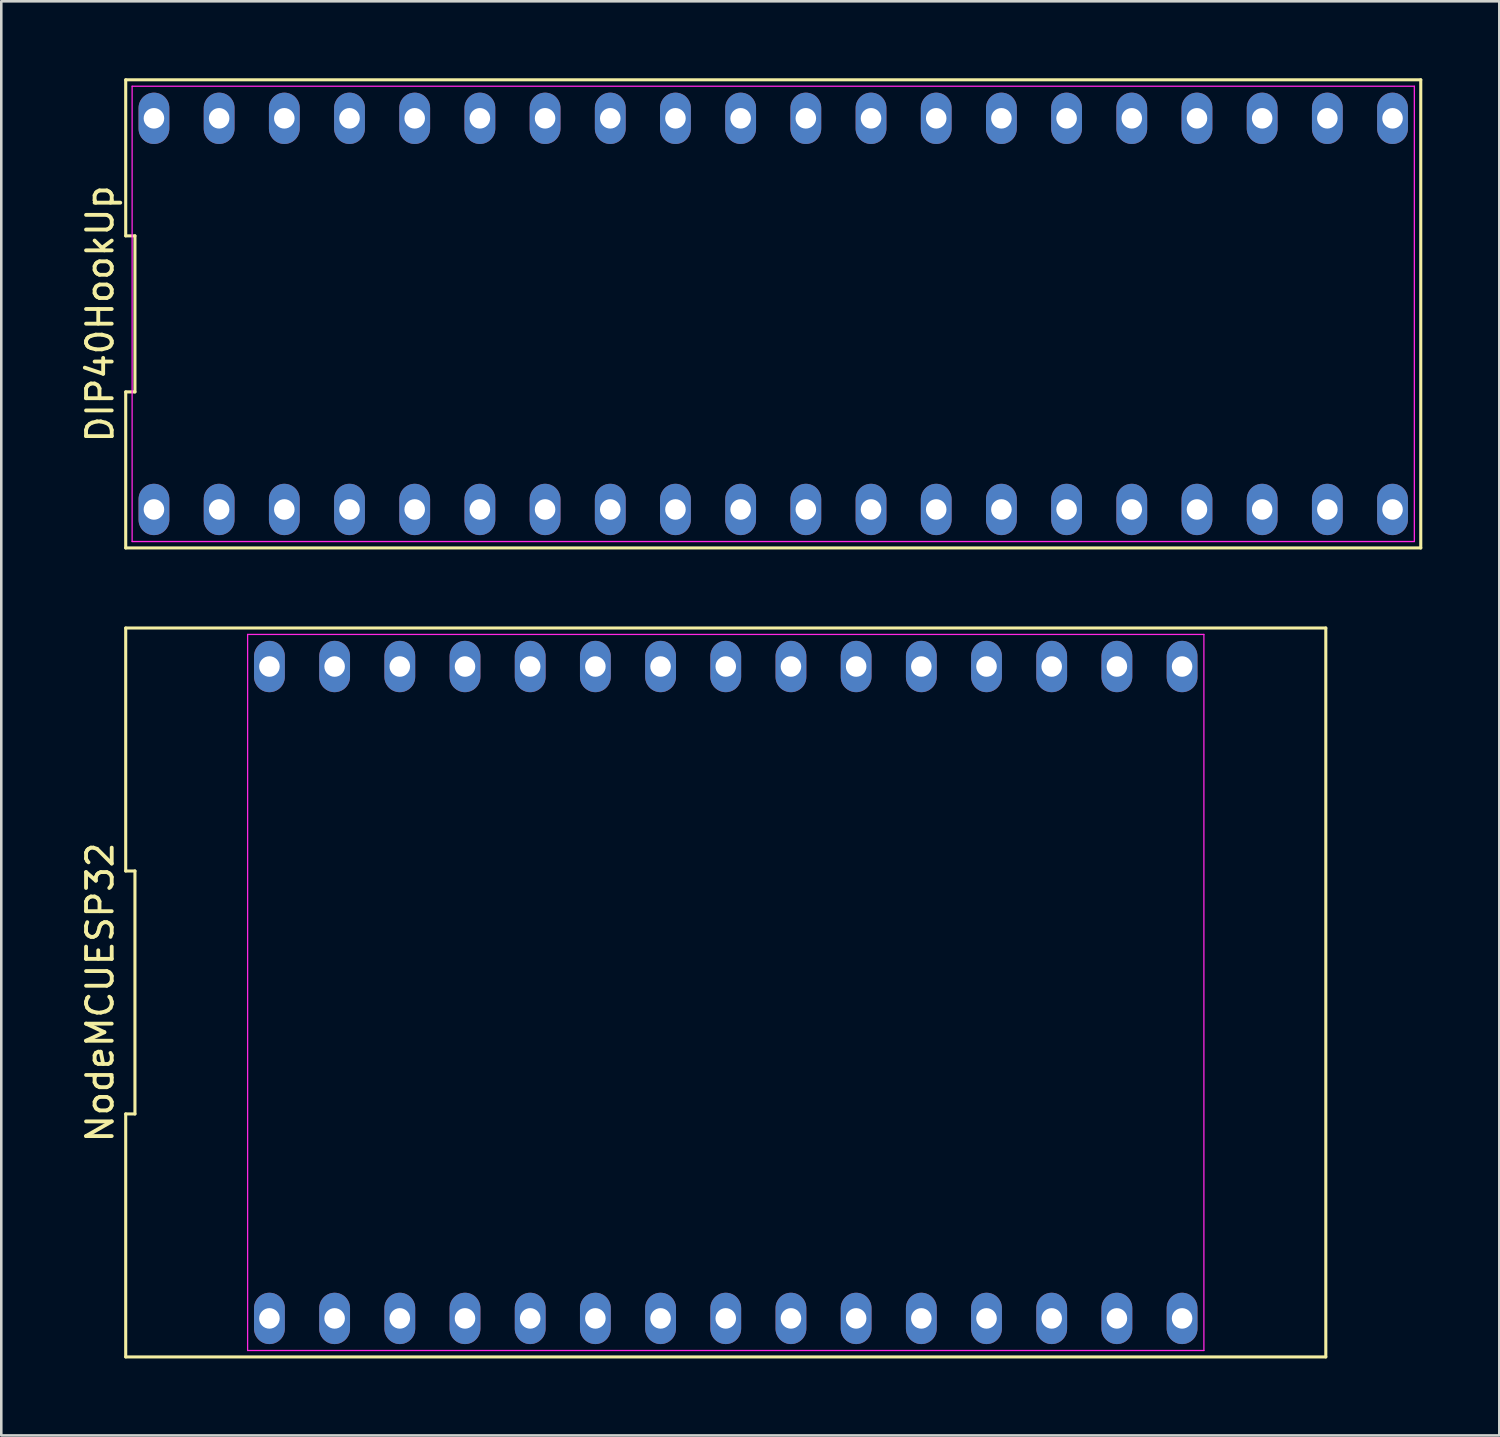
<source format=kicad_pcb>
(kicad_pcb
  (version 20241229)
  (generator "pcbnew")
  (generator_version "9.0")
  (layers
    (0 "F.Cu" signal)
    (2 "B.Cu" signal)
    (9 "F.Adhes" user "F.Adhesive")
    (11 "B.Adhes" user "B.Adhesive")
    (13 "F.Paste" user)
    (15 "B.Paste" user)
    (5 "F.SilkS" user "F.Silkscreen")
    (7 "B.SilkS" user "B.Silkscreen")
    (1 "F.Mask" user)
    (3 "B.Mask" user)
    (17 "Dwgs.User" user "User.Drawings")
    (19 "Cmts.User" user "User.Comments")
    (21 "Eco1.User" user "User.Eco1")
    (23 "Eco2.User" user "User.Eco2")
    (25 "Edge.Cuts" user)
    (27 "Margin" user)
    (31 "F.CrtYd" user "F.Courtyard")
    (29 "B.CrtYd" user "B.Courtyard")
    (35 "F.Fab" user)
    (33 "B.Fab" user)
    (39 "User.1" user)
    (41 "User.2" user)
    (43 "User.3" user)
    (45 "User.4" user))
  (footprint "DIP40HookUp"
    (layer "F.Cu")
    (at 27.078 9.18)
    (property "Reference" "DIP40HookUp" (at -26.23 0 90) (layer "F.SilkS") (effects (font (size 1 1) (thickness 0.15))))
    (attr through_hole)
    (fp_line (start -25.23 -9.12) (end -25.23 -3.04) (stroke (width 0.12) (type solid)) (layer "F.SilkS"))
    (fp_line (start -25.23 -3.04) (end -24.87 -3.04) (stroke (width 0.12) (type solid)) (layer "F.SilkS"))
    (fp_line (start -25.23 3.04) (end -25.23 9.12) (stroke (width 0.12) (type solid)) (layer "F.SilkS"))
    (fp_line (start -25.23 9.12) (end 25.23 9.12) (stroke (width 0.12) (type solid)) (layer "F.SilkS"))
    (fp_line (start -24.87 -3.04) (end -24.87 3.04) (stroke (width 0.12) (type solid)) (layer "F.SilkS"))
    (fp_line (start -24.87 3.04) (end -25.23 3.04) (stroke (width 0.12) (type solid)) (layer "F.SilkS"))
    (fp_line (start 25.23 -9.12) (end -25.23 -9.12) (stroke (width 0.12) (type solid)) (layer "F.SilkS"))
    (fp_line (start 25.23 9.12) (end 25.23 -9.12) (stroke (width 0.12) (type solid)) (layer "F.SilkS"))
    (fp_line (start -24.98 -8.87) (end 24.98 -8.87) (stroke (width 0.05) (type solid)) (layer "F.CrtYd"))
    (fp_line (start -24.98 8.87) (end -24.98 -8.87) (stroke (width 0.05) (type solid)) (layer "F.CrtYd"))
    (fp_line (start 24.98 -8.87) (end 24.98 8.87) (stroke (width 0.05) (type solid)) (layer "F.CrtYd"))
    (fp_line (start 24.98 8.87) (end -24.98 8.87) (stroke (width 0.05) (type solid)) (layer "F.CrtYd"))
    (pad "1" thru_hole oval (at -24.13 7.62) (size 1.2 2) (drill 0.8) (layers "*.Cu" "*.Mask"))
    (pad "2" thru_hole oval (at -21.59 7.62) (size 1.2 2) (drill 0.8) (layers "*.Cu" "*.Mask"))
    (pad "3" thru_hole oval (at -19.05 7.62) (size 1.2 2) (drill 0.8) (layers "*.Cu" "*.Mask"))
    (pad "4" thru_hole oval (at -16.51 7.62) (size 1.2 2) (drill 0.8) (layers "*.Cu" "*.Mask"))
    (pad "5" thru_hole oval (at -13.97 7.62) (size 1.2 2) (drill 0.8) (layers "*.Cu" "*.Mask"))
    (pad "6" thru_hole oval (at -11.43 7.62) (size 1.2 2) (drill 0.8) (layers "*.Cu" "*.Mask"))
    (pad "7" thru_hole oval (at -8.89 7.62) (size 1.2 2) (drill 0.8) (layers "*.Cu" "*.Mask"))
    (pad "8" thru_hole oval (at -6.35 7.62) (size 1.2 2) (drill 0.8) (layers "*.Cu" "*.Mask"))
    (pad "9" thru_hole oval (at -3.81 7.62) (size 1.2 2) (drill 0.8) (layers "*.Cu" "*.Mask"))
    (pad "10" thru_hole oval (at -1.27 7.62) (size 1.2 2) (drill 0.8) (layers "*.Cu" "*.Mask"))
    (pad "11" thru_hole oval (at 1.27 7.62) (size 1.2 2) (drill 0.8) (layers "*.Cu" "*.Mask"))
    (pad "12" thru_hole oval (at 3.81 7.62) (size 1.2 2) (drill 0.8) (layers "*.Cu" "*.Mask"))
    (pad "13" thru_hole oval (at 6.35 7.62) (size 1.2 2) (drill 0.8) (layers "*.Cu" "*.Mask"))
    (pad "14" thru_hole oval (at 8.89 7.62) (size 1.2 2) (drill 0.8) (layers "*.Cu" "*.Mask"))
    (pad "15" thru_hole oval (at 11.43 7.62) (size 1.2 2) (drill 0.8) (layers "*.Cu" "*.Mask"))
    (pad "16" thru_hole oval (at 13.97 7.62) (size 1.2 2) (drill 0.8) (layers "*.Cu" "*.Mask"))
    (pad "17" thru_hole oval (at 16.51 7.62) (size 1.2 2) (drill 0.8) (layers "*.Cu" "*.Mask"))
    (pad "18" thru_hole oval (at 19.05 7.62) (size 1.2 2) (drill 0.8) (layers "*.Cu" "*.Mask"))
    (pad "19" thru_hole oval (at 21.59 7.62) (size 1.2 2) (drill 0.8) (layers "*.Cu" "*.Mask"))
    (pad "20" thru_hole oval (at 24.13 7.62) (size 1.2 2) (drill 0.8) (layers "*.Cu" "*.Mask"))
    (pad "21" thru_hole oval (at 24.13 -7.62) (size 1.2 2) (drill 0.8) (layers "*.Cu" "*.Mask"))
    (pad "22" thru_hole oval (at 21.59 -7.62) (size 1.2 2) (drill 0.8) (layers "*.Cu" "*.Mask"))
    (pad "23" thru_hole oval (at 19.05 -7.62) (size 1.2 2) (drill 0.8) (layers "*.Cu" "*.Mask"))
    (pad "24" thru_hole oval (at 16.51 -7.62) (size 1.2 2) (drill 0.8) (layers "*.Cu" "*.Mask"))
    (pad "25" thru_hole oval (at 13.97 -7.62) (size 1.2 2) (drill 0.8) (layers "*.Cu" "*.Mask"))
    (pad "26" thru_hole oval (at 11.43 -7.62) (size 1.2 2) (drill 0.8) (layers "*.Cu" "*.Mask"))
    (pad "27" thru_hole oval (at 8.89 -7.62) (size 1.2 2) (drill 0.8) (layers "*.Cu" "*.Mask"))
    (pad "28" thru_hole oval (at 6.35 -7.62) (size 1.2 2) (drill 0.8) (layers "*.Cu" "*.Mask"))
    (pad "29" thru_hole oval (at 3.81 -7.62) (size 1.2 2) (drill 0.8) (layers "*.Cu" "*.Mask"))
    (pad "30" thru_hole oval (at 1.27 -7.62) (size 1.2 2) (drill 0.8) (layers "*.Cu" "*.Mask"))
    (pad "31" thru_hole oval (at -1.27 -7.62) (size 1.2 2) (drill 0.8) (layers "*.Cu" "*.Mask"))
    (pad "32" thru_hole oval (at -3.81 -7.62) (size 1.2 2) (drill 0.8) (layers "*.Cu" "*.Mask"))
    (pad "33" thru_hole oval (at -6.35 -7.62) (size 1.2 2) (drill 0.8) (layers "*.Cu" "*.Mask"))
    (pad "34" thru_hole oval (at -8.89 -7.62) (size 1.2 2) (drill 0.8) (layers "*.Cu" "*.Mask"))
    (pad "35" thru_hole oval (at -11.43 -7.62) (size 1.2 2) (drill 0.8) (layers "*.Cu" "*.Mask"))
    (pad "36" thru_hole oval (at -13.97 -7.62) (size 1.2 2) (drill 0.8) (layers "*.Cu" "*.Mask"))
    (pad "37" thru_hole oval (at -16.51 -7.62) (size 1.2 2) (drill 0.8) (layers "*.Cu" "*.Mask"))
    (pad "38" thru_hole oval (at -19.05 -7.62) (size 1.2 2) (drill 0.8) (layers "*.Cu" "*.Mask"))
    (pad "39" thru_hole oval (at -21.59 -7.62) (size 1.2 2) (drill 0.8) (layers "*.Cu" "*.Mask"))
    (pad "40" thru_hole oval (at -24.13 -7.62) (size 1.2 2) (drill 0.8) (layers "*.Cu" "*.Mask")))
  (footprint "NodeMCUESP32"
    (layer "F.Cu")
    (at 25.228 35.62)
    (property "Reference" "NodeMCUESP32" (at -24.38 0 90) (layer "F.SilkS") (effects (font (size 1 1) (thickness 0.15))))
    (attr through_hole)
    (fp_line (start -23.38 -14.2) (end -23.38 -4.733) (stroke (width 0.12) (type solid)) (layer "F.SilkS"))
    (fp_line (start -23.38 -4.733) (end -23.02 -4.733) (stroke (width 0.12) (type solid)) (layer "F.SilkS"))
    (fp_line (start -23.38 4.733) (end -23.38 14.2) (stroke (width 0.12) (type solid)) (layer "F.SilkS"))
    (fp_line (start -23.38 14.2) (end 23.38 14.2) (stroke (width 0.12) (type solid)) (layer "F.SilkS"))
    (fp_line (start -23.02 -4.733) (end -23.02 4.733) (stroke (width 0.12) (type solid)) (layer "F.SilkS"))
    (fp_line (start -23.02 4.733) (end -23.38 4.733) (stroke (width 0.12) (type solid)) (layer "F.SilkS"))
    (fp_line (start 23.38 -14.2) (end -23.38 -14.2) (stroke (width 0.12) (type solid)) (layer "F.SilkS"))
    (fp_line (start 23.38 14.2) (end 23.38 -14.2) (stroke (width 0.12) (type solid)) (layer "F.SilkS"))
    (fp_line (start -18.63 -13.95) (end 18.63 -13.95) (stroke (width 0.05) (type solid)) (layer "F.CrtYd"))
    (fp_line (start -18.63 13.95) (end -18.63 -13.95) (stroke (width 0.05) (type solid)) (layer "F.CrtYd"))
    (fp_line (start 18.63 -13.95) (end 18.63 13.95) (stroke (width 0.05) (type solid)) (layer "F.CrtYd"))
    (fp_line (start 18.63 13.95) (end -18.63 13.95) (stroke (width 0.05) (type solid)) (layer "F.CrtYd"))
    (pad "1" thru_hole oval (at -17.78 12.7) (size 1.2 2) (drill 0.8) (layers "*.Cu" "*.Mask"))
    (pad "2" thru_hole oval (at -15.24 12.7) (size 1.2 2) (drill 0.8) (layers "*.Cu" "*.Mask"))
    (pad "3" thru_hole oval (at -12.7 12.7) (size 1.2 2) (drill 0.8) (layers "*.Cu" "*.Mask"))
    (pad "4" thru_hole oval (at -10.16 12.7) (size 1.2 2) (drill 0.8) (layers "*.Cu" "*.Mask"))
    (pad "5" thru_hole oval (at -7.62 12.7) (size 1.2 2) (drill 0.8) (layers "*.Cu" "*.Mask"))
    (pad "6" thru_hole oval (at -5.08 12.7) (size 1.2 2) (drill 0.8) (layers "*.Cu" "*.Mask"))
    (pad "7" thru_hole oval (at -2.54 12.7) (size 1.2 2) (drill 0.8) (layers "*.Cu" "*.Mask"))
    (pad "8" thru_hole oval (at 0 12.7) (size 1.2 2) (drill 0.8) (layers "*.Cu" "*.Mask"))
    (pad "9" thru_hole oval (at 2.54 12.7) (size 1.2 2) (drill 0.8) (layers "*.Cu" "*.Mask"))
    (pad "10" thru_hole oval (at 5.08 12.7) (size 1.2 2) (drill 0.8) (layers "*.Cu" "*.Mask"))
    (pad "11" thru_hole oval (at 7.62 12.7) (size 1.2 2) (drill 0.8) (layers "*.Cu" "*.Mask"))
    (pad "12" thru_hole oval (at 10.16 12.7) (size 1.2 2) (drill 0.8) (layers "*.Cu" "*.Mask"))
    (pad "13" thru_hole oval (at 12.7 12.7) (size 1.2 2) (drill 0.8) (layers "*.Cu" "*.Mask"))
    (pad "14" thru_hole oval (at 15.24 12.7) (size 1.2 2) (drill 0.8) (layers "*.Cu" "*.Mask"))
    (pad "15" thru_hole oval (at 17.78 12.7) (size 1.2 2) (drill 0.8) (layers "*.Cu" "*.Mask"))
    (pad "16" thru_hole oval (at 17.78 -12.7) (size 1.2 2) (drill 0.8) (layers "*.Cu" "*.Mask"))
    (pad "17" thru_hole oval (at 15.24 -12.7) (size 1.2 2) (drill 0.8) (layers "*.Cu" "*.Mask"))
    (pad "18" thru_hole oval (at 12.7 -12.7) (size 1.2 2) (drill 0.8) (layers "*.Cu" "*.Mask"))
    (pad "19" thru_hole oval (at 10.16 -12.7) (size 1.2 2) (drill 0.8) (layers "*.Cu" "*.Mask"))
    (pad "20" thru_hole oval (at 7.62 -12.7) (size 1.2 2) (drill 0.8) (layers "*.Cu" "*.Mask"))
    (pad "21" thru_hole oval (at 5.08 -12.7) (size 1.2 2) (drill 0.8) (layers "*.Cu" "*.Mask"))
    (pad "22" thru_hole oval (at 2.54 -12.7) (size 1.2 2) (drill 0.8) (layers "*.Cu" "*.Mask"))
    (pad "23" thru_hole oval (at 0 -12.7) (size 1.2 2) (drill 0.8) (layers "*.Cu" "*.Mask"))
    (pad "24" thru_hole oval (at -2.54 -12.7) (size 1.2 2) (drill 0.8) (layers "*.Cu" "*.Mask"))
    (pad "25" thru_hole oval (at -5.08 -12.7) (size 1.2 2) (drill 0.8) (layers "*.Cu" "*.Mask"))
    (pad "26" thru_hole oval (at -7.62 -12.7) (size 1.2 2) (drill 0.8) (layers "*.Cu" "*.Mask"))
    (pad "27" thru_hole oval (at -10.16 -12.7) (size 1.2 2) (drill 0.8) (layers "*.Cu" "*.Mask"))
    (pad "28" thru_hole oval (at -12.7 -12.7) (size 1.2 2) (drill 0.8) (layers "*.Cu" "*.Mask"))
    (pad "29" thru_hole oval (at -15.24 -12.7) (size 1.2 2) (drill 0.8) (layers "*.Cu" "*.Mask"))
    (pad "30" thru_hole oval (at -17.78 -12.7) (size 1.2 2) (drill 0.8) (layers "*.Cu" "*.Mask")))
  (gr_rect
    (start -3 -3)
    (end 55.368 52.88)
    (stroke (width 0.1) (type default))
    (fill no)
    (layer "Edge.Cuts")))
</source>
